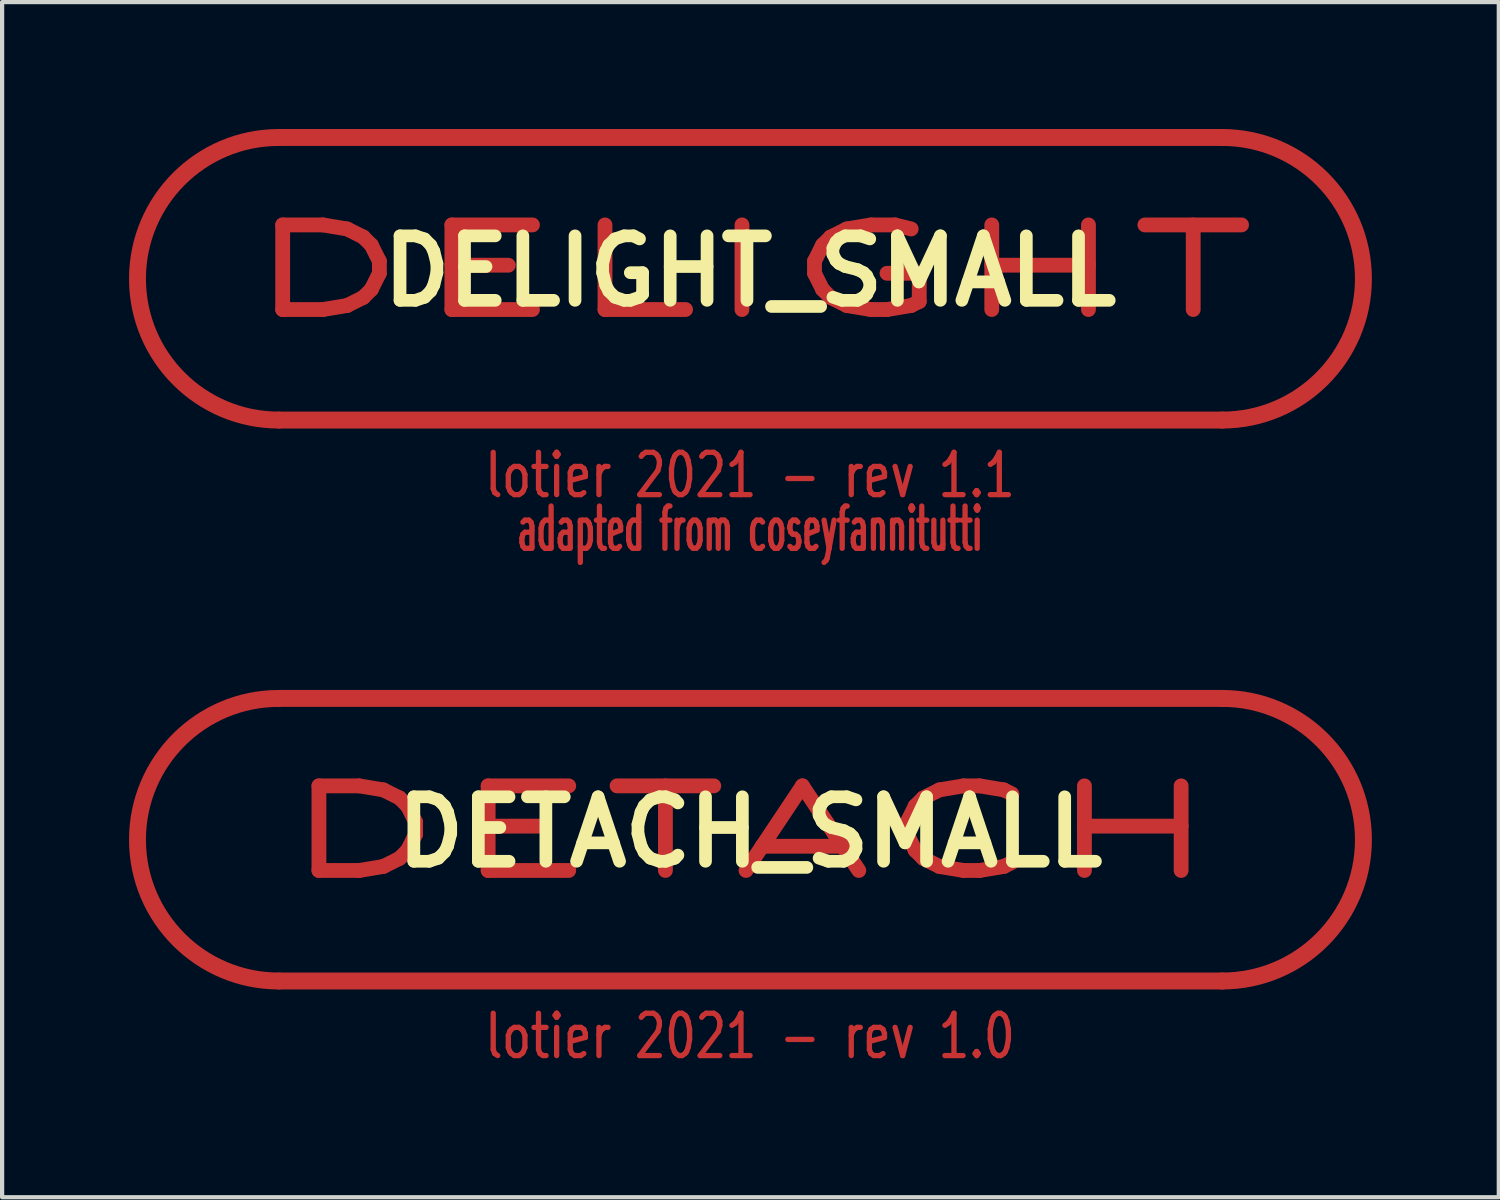
<source format=kicad_pcb>
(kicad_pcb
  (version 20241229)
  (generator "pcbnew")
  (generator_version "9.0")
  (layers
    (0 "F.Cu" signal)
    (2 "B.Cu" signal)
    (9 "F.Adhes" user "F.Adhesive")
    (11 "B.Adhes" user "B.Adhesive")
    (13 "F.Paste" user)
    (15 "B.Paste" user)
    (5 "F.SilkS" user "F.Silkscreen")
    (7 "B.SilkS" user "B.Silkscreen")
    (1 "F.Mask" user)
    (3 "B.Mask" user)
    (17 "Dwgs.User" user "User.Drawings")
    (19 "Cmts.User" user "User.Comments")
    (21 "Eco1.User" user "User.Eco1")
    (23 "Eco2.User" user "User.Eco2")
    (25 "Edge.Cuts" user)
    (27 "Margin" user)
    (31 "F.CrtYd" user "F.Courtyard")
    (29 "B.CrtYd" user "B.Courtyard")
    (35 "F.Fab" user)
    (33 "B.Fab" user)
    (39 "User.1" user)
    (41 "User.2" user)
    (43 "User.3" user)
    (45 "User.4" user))
  (footprint "DETACH_SMALL"
    (layer "F.Cu")
    (at 14.68 16.62)
    (property "Reference" "DETACH_SMALL" (at 0 0 0) (layer "F.SilkS") (effects (font (size 1.524 1.524) (thickness 0.3))))
    (attr through_hole)
    (fp_line (start -11.13 3.52) (end 11.17 3.52) (stroke (width 0.4) (type solid)) (layer "F.Cu"))
    (fp_line (start -11.11 -3.16) (end 11.17 -3.16) (stroke (width 0.4) (type solid)) (layer "F.Cu"))
    (fp_arc (start -11.14 3.52) (mid -14.48 0.18) (end -11.14 -3.16) (stroke (width 0.4) (type solid)) (layer "F.Cu"))
    (fp_arc (start 11.16 -3.16) (mid 14.5 0.18) (end 11.16 3.52) (stroke (width 0.4) (type solid)) (layer "F.Cu"))
    (fp_line (start -11.13 3.52) (end 11.17 3.52) (stroke (width 0.4) (type solid)) (layer "F.Mask"))
    (fp_line (start -11.11 -3.16) (end 11.17 -3.16) (stroke (width 0.4) (type solid)) (layer "F.Mask"))
    (fp_arc (start -11.14 3.52) (mid -14.48 0.18) (end -11.14 -3.16) (stroke (width 0.4) (type solid)) (layer "F.Mask"))
    (fp_arc (start 11.16 -3.16) (mid 14.5 0.18) (end 11.16 3.52) (stroke (width 0.4) (type solid)) (layer "F.Mask"))
    (fp_text user "lotier 2021 - rev 1.0" (at 0 4.826 0) (layer "F.Cu") (effects (font (size 1 0.75) (thickness 0.125))))
    (fp_text user "DETACH" (at 0 0 0) (layer "F.Cu") (effects (font (size 2 4) (thickness 0.35))))
    (fp_text user "lotier 2021 - rev 1.0" (at 0 4.826 0) (layer "F.Mask") (effects (font (size 1 0.75) (thickness 0.125))))
    (fp_text user "DETACH" (at 0 0 0) (layer "F.Mask") (effects (font (size 2 4) (thickness 0.35)))))
  (footprint "DELIGHT_SMALL"
    (layer "F.Cu")
    (at 14.68 3.36)
    (property "Reference" "DELIGHT_SMALL" (at 0 0 0) (layer "F.SilkS") (effects (font (size 1.524 1.524) (thickness 0.3))))
    (attr through_hole)
    (fp_line (start -11.13 3.52) (end 11.17 3.52) (stroke (width 0.4) (type solid)) (layer "F.Cu"))
    (fp_line (start -11.11 -3.16) (end 11.17 -3.16) (stroke (width 0.4) (type solid)) (layer "F.Cu"))
    (fp_arc (start -11.14 3.52) (mid -14.48 0.18) (end -11.14 -3.16) (stroke (width 0.4) (type solid)) (layer "F.Cu"))
    (fp_arc (start 11.16 -3.16) (mid 14.5 0.18) (end 11.16 3.52) (stroke (width 0.4) (type solid)) (layer "F.Cu"))
    (fp_line (start -11.13 3.52) (end 11.17 3.52) (stroke (width 0.4) (type solid)) (layer "F.Mask"))
    (fp_line (start -11.11 -3.16) (end 11.17 -3.16) (stroke (width 0.4) (type solid)) (layer "F.Mask"))
    (fp_arc (start -11.14 3.52) (mid -14.48 0.18) (end -11.14 -3.16) (stroke (width 0.4) (type solid)) (layer "F.Mask"))
    (fp_arc (start 11.16 -3.16) (mid 14.5 0.18) (end 11.16 3.52) (stroke (width 0.4) (type solid)) (layer "F.Mask"))
    (fp_text user "lotier 2021 - rev 1.1" (at 0 4.826 0) (layer "F.Cu") (effects (font (size 1 0.75) (thickness 0.125))))
    (fp_text user "adapted from coseyfannitutti" (at 0 6.096 0) (layer "F.Cu") (effects (font (size 1 0.5) (thickness 0.125))))
    (fp_text user "DELIGHT" (at 0 0 0) (layer "F.Cu") (effects (font (size 2 4) (thickness 0.35))))
    (fp_text user "DELIGHT" (at 0 0 0) (layer "F.Mask") (effects (font (size 2 4) (thickness 0.35))))
    (fp_text user "adapted from coseyfannitutti" (at 0 6.096 0) (layer "F.Mask") (effects (font (size 1 0.5) (thickness 0.125))))
    (fp_text user "lotier 2021 - rev 1.1" (at 0 4.826 0) (layer "F.Mask") (effects (font (size 1 0.75) (thickness 0.125)))))
  (gr_rect
    (start -3 -3)
    (end 32.38 25.251)
    (stroke (width 0.1) (type default))
    (fill no)
    (layer "Edge.Cuts")))
</source>
